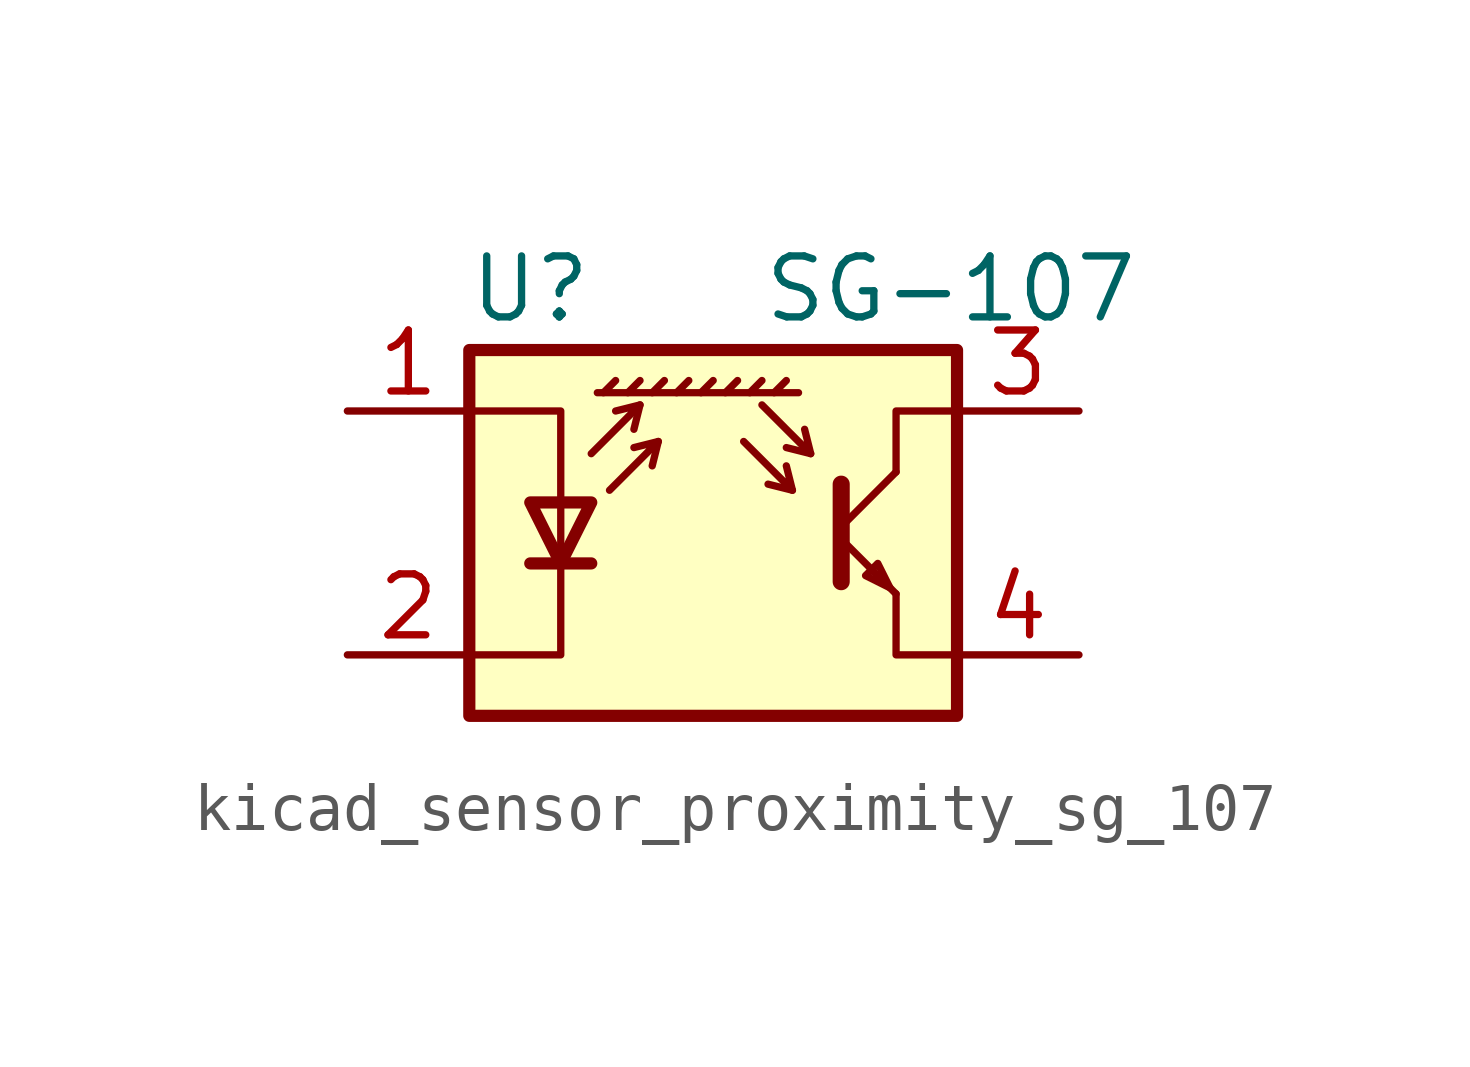
<source format=kicad_sym>
(kicad_symbol_lib
  (version 20220914)
  (generator kicad_symbol_editor)
  (symbol "kicad_sensor_proximity_sg_107"
    (pin_names
      (offset 1.016) hide)
    (property "Reference" "U"
      (at -3.81 5.08 0)
      (effects (font (size 1.27 1.27))))
    (property "Value" "SG-107"
      (at 8.89 5.08 0)
      (effects (font (size 1.27 1.27)) (justify right)))
    (symbol "kicad_sensor_proximity_sg_107_0_1"
      (polyline (pts (xy -3.81 -0.635) (xy -2.54 -0.635)) (stroke (width 0.254) (type default)) (fill (type none)))
      (polyline (pts (xy -2.286 2.921) (xy -2.032 3.175)) (stroke (width 0) (type default)) (fill (type none)))
      (polyline (pts (xy -1.778 2.921) (xy -1.524 3.175)) (stroke (width 0) (type default)) (fill (type none)))
      (polyline (pts (xy -1.524 2.667) (xy -1.651 2.159)) (stroke (width 0) (type default)) (fill (type none)))
      (polyline (pts (xy -1.27 2.921) (xy -1.016 3.175)) (stroke (width 0) (type default)) (fill (type none)))
      (polyline (pts (xy -1.143 1.905) (xy -1.27 1.397)) (stroke (width 0) (type default)) (fill (type none)))
      (polyline (pts (xy -0.762 2.921) (xy -0.508 3.175)) (stroke (width 0) (type default)) (fill (type none)))
      (polyline (pts (xy -0.254 2.921) (xy 0 3.175)) (stroke (width 0) (type default)) (fill (type none)))
      (polyline (pts (xy 0.254 2.921) (xy 0.508 3.175)) (stroke (width 0) (type default)) (fill (type none)))
      (polyline (pts (xy 0.762 2.921) (xy 1.016 3.175)) (stroke (width 0) (type default)) (fill (type none)))
      (polyline (pts (xy 1.27 2.921) (xy 1.524 3.175)) (stroke (width 0) (type default)) (fill (type none)))
      (polyline (pts (xy 1.651 0.889) (xy 1.143 1.016)) (stroke (width 0) (type default)) (fill (type none)))
      (polyline (pts (xy 1.778 2.921) (xy -2.413 2.921)) (stroke (width 0) (type default)) (fill (type none)))
      (polyline (pts (xy 2.032 1.651) (xy 1.524 1.778)) (stroke (width 0) (type default)) (fill (type none)))
      (polyline (pts (xy 2.667 -0.127) (xy 3.81 -1.27)) (stroke (width 0) (type default)) (fill (type none)))
      (polyline (pts (xy 2.667 0.127) (xy 3.81 1.27)) (stroke (width 0) (type default)) (fill (type none)))
      (polyline (pts (xy -2.54 1.651) (xy -1.524 2.667) (xy -2.032 2.54)) (stroke (width 0) (type default)) (fill (type none)))
      (polyline (pts (xy -2.159 0.889) (xy -1.143 1.905) (xy -1.651 1.778)) (stroke (width 0) (type default)) (fill (type none)))
      (polyline (pts (xy 0.635 1.905) (xy 1.651 0.889) (xy 1.524 1.397)) (stroke (width 0) (type default)) (fill (type none)))
      (polyline (pts (xy 1.016 2.667) (xy 2.032 1.651) (xy 1.905 2.159)) (stroke (width 0) (type default)) (fill (type none)))
      (polyline (pts (xy 2.667 1.016) (xy 2.667 -1.016) (xy 2.667 -1.016)) (stroke (width 0.356) (type default)) (fill (type none)))
      (polyline (pts (xy 3.81 -1.27) (xy 3.81 -2.54) (xy 5.08 -2.54)) (stroke (width 0) (type default)) (fill (type none)))
      (polyline (pts (xy 3.81 1.27) (xy 3.81 2.54) (xy 5.08 2.54)) (stroke (width 0) (type default)) (fill (type none)))
      (polyline (pts (xy -5.08 -2.54) (xy -3.175 -2.54) (xy -3.175 2.54) (xy -5.08 2.54)) (stroke (width 0) (type default)) (fill (type none)))
      (polyline (pts (xy -3.175 -0.635) (xy -3.81 0.635) (xy -2.54 0.635) (xy -3.175 -0.635)) (stroke (width 0.254) (type default)) (fill (type none)))
      (polyline (pts (xy 3.683 -1.143) (xy 3.429 -0.635) (xy 3.175 -0.889) (xy 3.683 -1.143)) (stroke (width 0) (type default)) (fill (type none)))
      (polyline (pts (xy -5.08 -3.81) (xy 5.08 -3.81) (xy 5.08 3.81) (xy -5.08 3.81) (xy -5.08 -3.81)) (stroke (width 0.254) (type default)) (fill (type background))))
    (symbol "kicad_sensor_proximity_sg_107_1_1"
      (pin passive line (at -7.62 2.54 0) (length 2.54) (name "A" (effects (font (size 1.27 1.27)))) (number "1" (effects (font (size 1.27 1.27)))))
      (pin passive line (at -7.62 -2.54 0) (length 2.54) (name "K" (effects (font (size 1.27 1.27)))) (number "2" (effects (font (size 1.27 1.27)))))
      (pin open_collector line (at 7.62 2.54 180) (length 2.54) (name "C" (effects (font (size 1.27 1.27)))) (number "3" (effects (font (size 1.27 1.27)))))
      (pin open_emitter line (at 7.62 -2.54 180) (length 2.54) (name "E" (effects (font (size 1.27 1.27)))) (number "4" (effects (font (size 1.27 1.27))))))))
</source>
